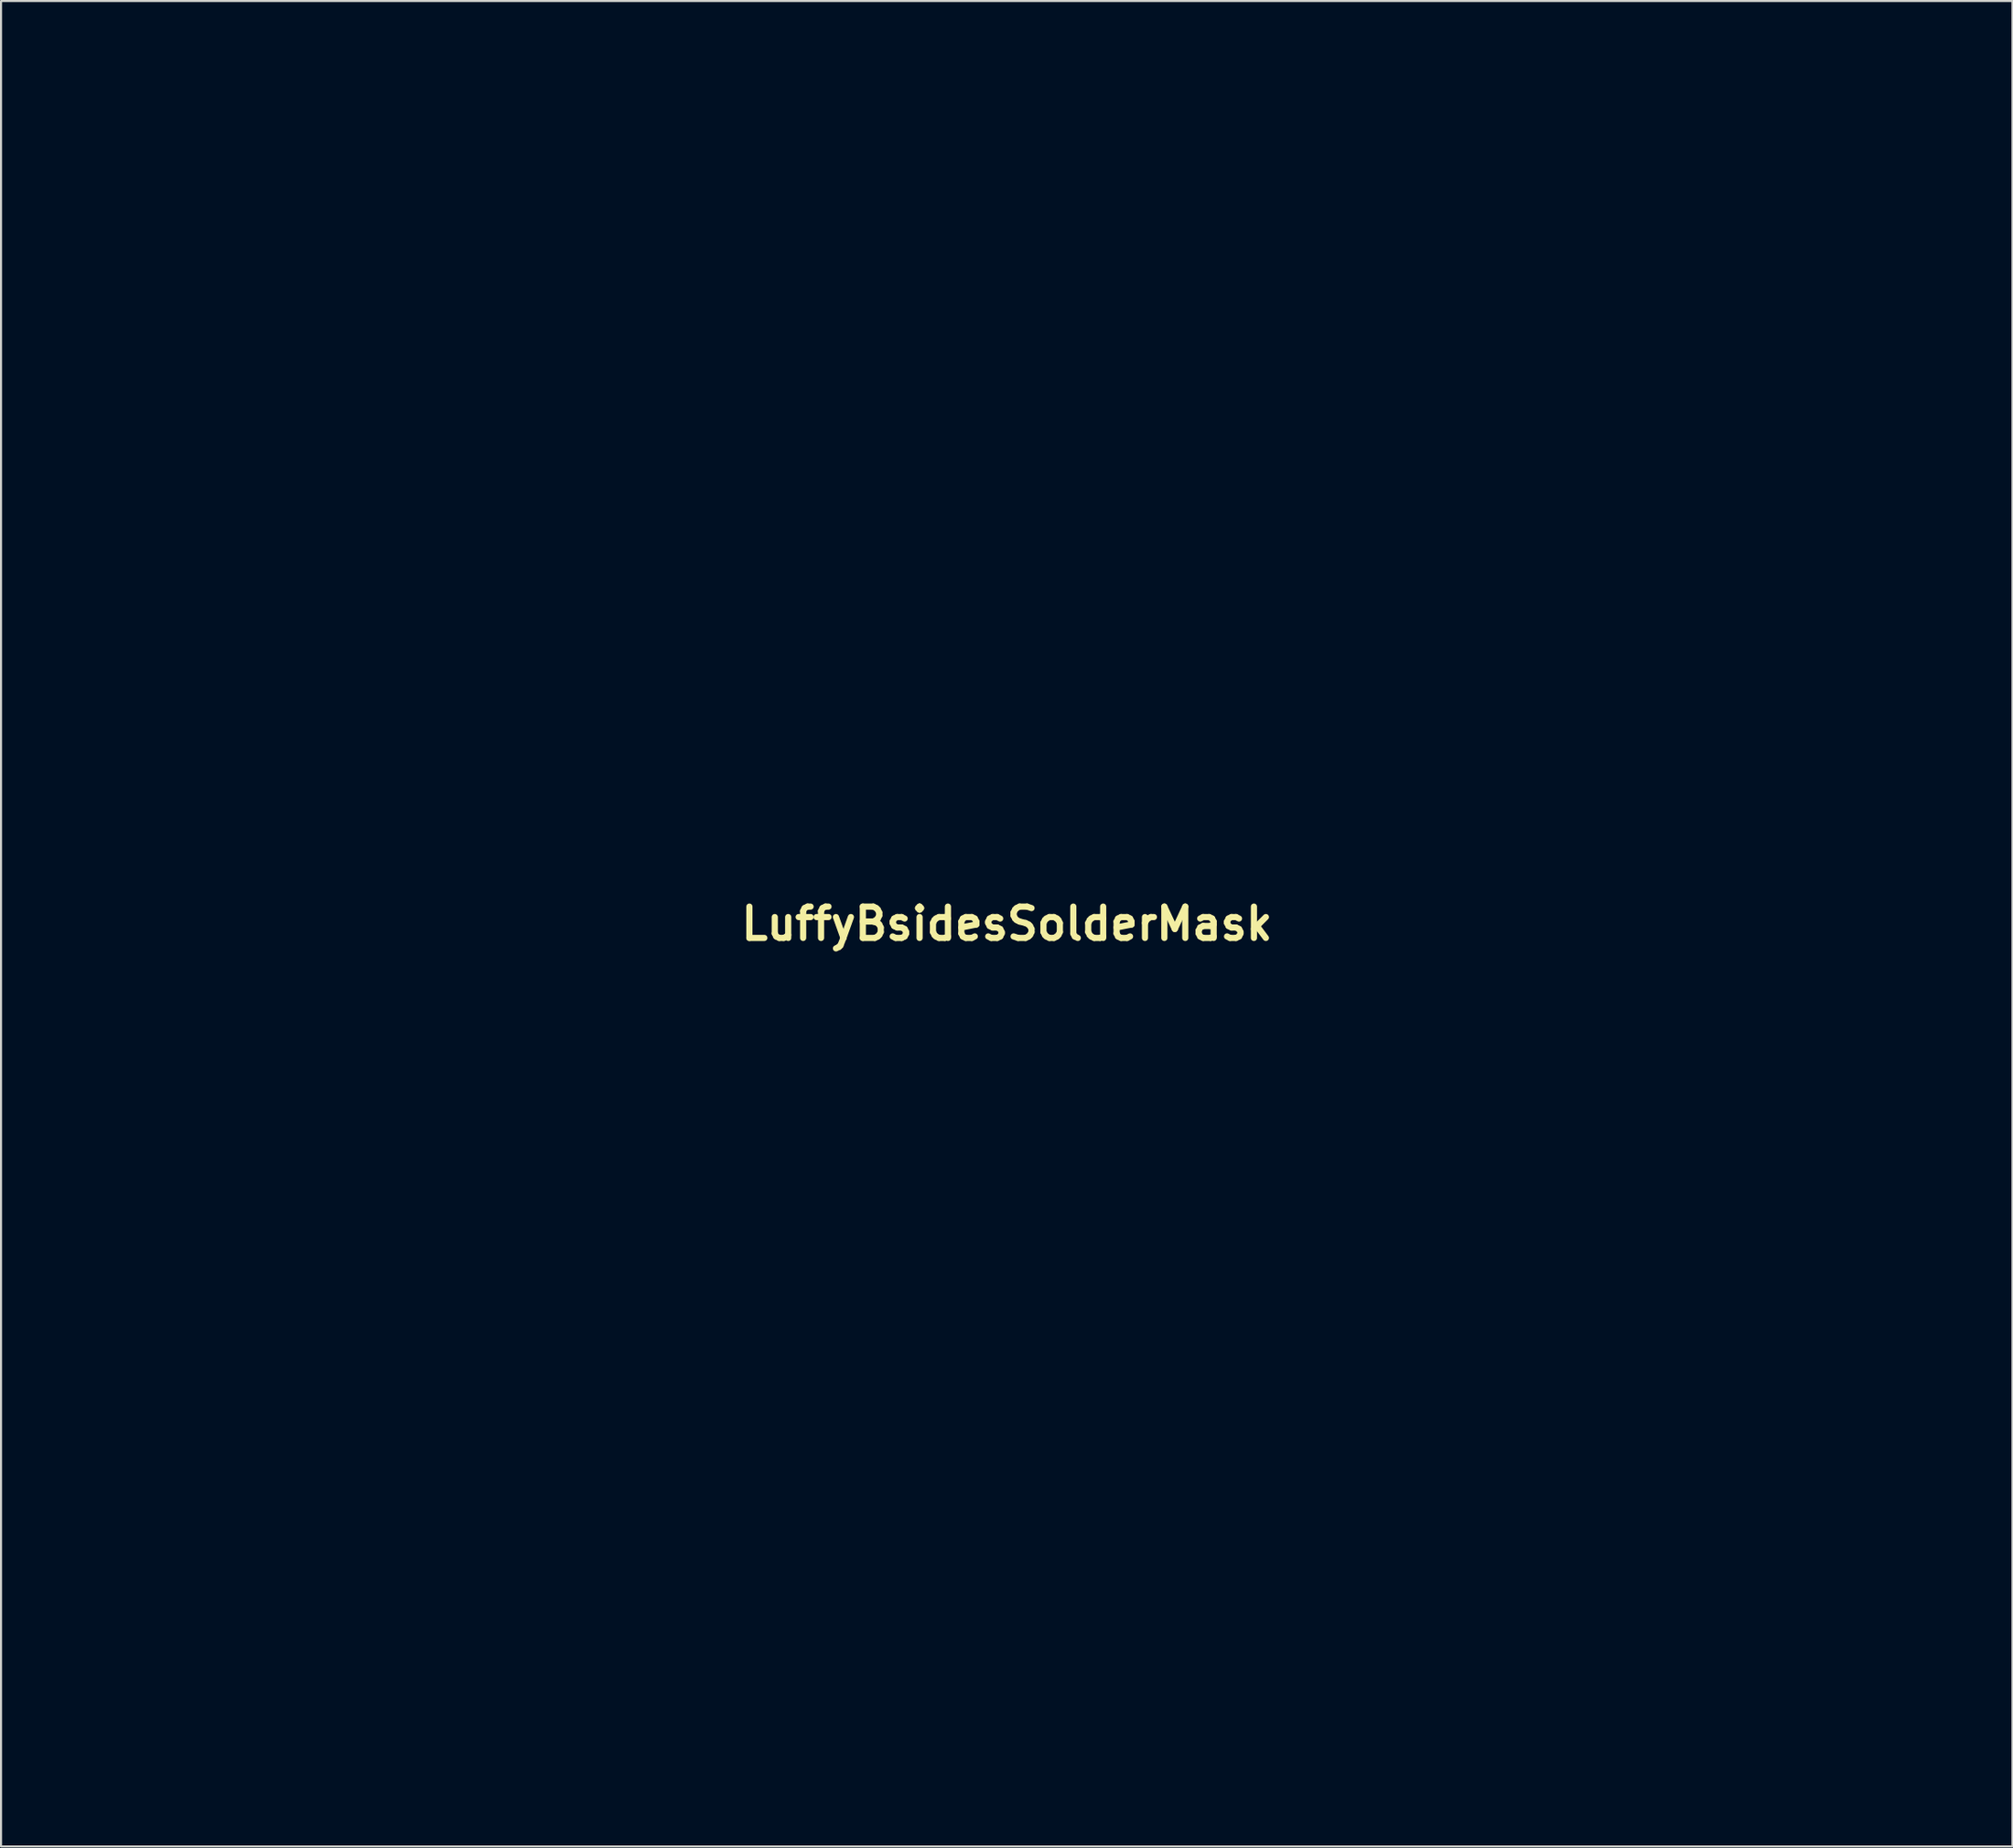
<source format=kicad_pcb>
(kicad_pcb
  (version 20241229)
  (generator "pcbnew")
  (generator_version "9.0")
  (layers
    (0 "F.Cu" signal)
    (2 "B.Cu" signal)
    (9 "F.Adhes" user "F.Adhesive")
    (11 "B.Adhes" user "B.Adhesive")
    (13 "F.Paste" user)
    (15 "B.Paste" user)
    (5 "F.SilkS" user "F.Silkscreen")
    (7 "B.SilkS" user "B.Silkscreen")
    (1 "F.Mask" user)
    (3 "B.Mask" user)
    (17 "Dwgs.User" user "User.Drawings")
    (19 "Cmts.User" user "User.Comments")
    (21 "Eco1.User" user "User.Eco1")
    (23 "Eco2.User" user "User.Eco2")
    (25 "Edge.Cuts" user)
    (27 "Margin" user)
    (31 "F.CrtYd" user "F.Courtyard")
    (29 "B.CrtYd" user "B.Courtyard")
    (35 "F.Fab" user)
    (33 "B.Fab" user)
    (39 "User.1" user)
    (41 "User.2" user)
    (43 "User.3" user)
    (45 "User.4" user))
  (footprint "LuffyBsidesSolderMask"
    (layer "F.Cu")
    (at 45.902 41.872)
    (property "Reference" "LuffyBsidesSolderMask" (at 0 0 0) (layer "F.SilkS") (effects (font (size 1.524 1.524) (thickness 0.3))))
    (attr through_hole)
    (fp_poly (pts (xy -33.137 32.933) (xy -33.493 32.933) (xy -33.493 30.439) (xy -33.137 30.439) (xy -33.137 32.933)) (stroke (width 0.01) (type solid)) (fill yes) (layer "F.Mask"))
    (fp_poly (pts (xy -32.95 39.458) (xy -32.872 39.529) (xy -32.851 39.584) (xy -32.848 39.717) (xy -32.896 39.83) (xy -32.975 39.899) (xy -33.064 39.901) (xy -33.101 39.875) (xy -33.131 39.791) (xy -33.133 39.659) (xy -33.107 39.531) (xy -33.106 39.529) (xy -33.039 39.456) (xy -32.95 39.458)) (stroke (width 0.01) (type solid)) (fill yes) (layer "F.Mask"))
    (fp_poly (pts (xy -33.23 29.564) (xy -33.15 29.689) (xy -33.128 29.879) (xy -33.14 30.05) (xy -33.18 30.143) (xy -33.263 30.18) (xy -33.341 30.185) (xy -33.445 30.17) (xy -33.497 30.107) (xy -33.521 30.011) (xy -33.538 29.8) (xy -33.507 29.637) (xy -33.433 29.541) (xy -33.368 29.523) (xy -33.23 29.564)) (stroke (width 0.01) (type solid)) (fill yes) (layer "F.Mask"))
    (fp_poly (pts (xy -39.081 33.96) (xy -39.006 33.994) (xy -38.972 34.066) (xy -38.949 34.211) (xy -38.942 34.383) (xy -38.952 34.541) (xy -38.977 34.643) (xy -38.979 34.647) (xy -39.065 34.706) (xy -39.202 34.739) (xy -39.343 34.736) (xy -39.36 34.732) (xy -39.407 34.703) (xy -39.434 34.635) (xy -39.446 34.505) (xy -39.449 34.33) (xy -39.449 33.952) (xy -39.226 33.952) (xy -39.081 33.96)) (stroke (width 0.01) (type solid)) (fill yes) (layer "F.Mask"))
    (fp_poly (pts (xy -32.921 40.082) (xy -32.89 40.113) (xy -32.87 40.182) (xy -32.857 40.303) (xy -32.848 40.494) (xy -32.842 40.747) (xy -32.837 41.128) (xy -32.842 41.416) (xy -32.859 41.622) (xy -32.889 41.756) (xy -32.934 41.825) (xy -32.981 41.841) (xy -33.063 41.797) (xy -33.105 41.682) (xy -33.121 41.545) (xy -33.131 41.335) (xy -33.135 41.083) (xy -33.134 40.816) (xy -33.128 40.564) (xy -33.116 40.357) (xy -33.104 40.248) (xy -33.073 40.121) (xy -33.025 40.071) (xy -32.965 40.07) (xy -32.921 40.082)) (stroke (width 0.01) (type solid)) (fill yes) (layer "F.Mask"))
    (fp_poly (pts (xy -38.973 35.461) (xy -38.962 35.643) (xy -38.954 35.892) (xy -38.949 36.188) (xy -38.946 36.515) (xy -38.946 36.856) (xy -38.948 37.192) (xy -38.952 37.505) (xy -38.959 37.779) (xy -38.968 37.996) (xy -38.979 38.138) (xy -38.985 38.176) (xy -39.035 38.269) (xy -39.137 38.311) (xy -39.198 38.319) (xy -39.327 38.319) (xy -39.408 38.301) (xy -39.413 38.298) (xy -39.421 38.239) (xy -39.43 38.092) (xy -39.437 37.868) (xy -39.442 37.58) (xy -39.446 37.24) (xy -39.449 36.861) (xy -39.449 36.666) (xy -39.449 35.071) (xy -39.006 35.071) (xy -38.973 35.461)) (stroke (width 0.01) (type solid)) (fill yes) (layer "F.Mask"))
    (fp_poly (pts (xy 15.436 -1.176) (xy 15.223 -0.931) (xy 14.998 -0.696) (xy 14.719 -0.436) (xy 14.42 -0.181) (xy 14.134 0.039) (xy 14.049 0.099) (xy 13.855 0.225) (xy 13.643 0.354) (xy 13.434 0.474) (xy 13.249 0.573) (xy 13.11 0.639) (xy 13.039 0.662) (xy 12.999 0.617) (xy 12.98 0.505) (xy 12.98 0.487) (xy 12.998 0.354) (xy 13.062 0.288) (xy 13.085 0.279) (xy 13.231 0.211) (xy 13.434 0.086) (xy 13.677 -0.083) (xy 13.943 -0.283) (xy 14.214 -0.501) (xy 14.473 -0.725) (xy 14.662 -0.9) (xy 15.204 -1.423) (xy 15.436 -1.176)) (stroke (width 0.01) (type solid)) (fill yes) (layer "F.Mask"))
    (fp_poly (pts (xy -14.99 4.807) (xy -14.471 5.17) (xy -14.01 5.568) (xy -13.588 6.022) (xy -13.185 6.552) (xy -13.057 6.741) (xy -12.864 7.034) (xy -12.723 7.258) (xy -12.627 7.428) (xy -12.57 7.56) (xy -12.546 7.67) (xy -12.549 7.771) (xy -12.573 7.88) (xy -12.584 7.919) (xy -12.656 8.17) (xy -12.843 7.768) (xy -13.156 7.189) (xy -13.54 6.63) (xy -13.975 6.117) (xy -14.44 5.675) (xy -14.531 5.6) (xy -14.705 5.447) (xy -14.861 5.283) (xy -14.969 5.14) (xy -14.977 5.127) (xy -15.074 4.96) (xy -15.17 4.804) (xy -15.196 4.763) (xy -15.294 4.614) (xy -14.99 4.807)) (stroke (width 0.01) (type solid)) (fill yes) (layer "F.Mask"))
    (fp_poly (pts (xy 10.96 -11.775) (xy 11.729 -11.672) (xy 12.462 -11.48) (xy 13.165 -11.194) (xy 13.843 -10.814) (xy 14.504 -10.336) (xy 14.762 -10.119) (xy 14.882 -10.008) (xy 15.021 -9.87) (xy 15.165 -9.722) (xy 15.296 -9.581) (xy 15.399 -9.464) (xy 15.459 -9.388) (xy 15.464 -9.367) (xy 15.416 -9.391) (xy 15.298 -9.454) (xy 15.129 -9.546) (xy 14.965 -9.637) (xy 14.726 -9.777) (xy 14.484 -9.931) (xy 14.276 -10.075) (xy 14.191 -10.14) (xy 13.76 -10.449) (xy 13.263 -10.734) (xy 12.729 -10.983) (xy 12.185 -11.183) (xy 11.658 -11.322) (xy 11.351 -11.373) (xy 11.108 -11.405) (xy 10.944 -11.436) (xy 10.838 -11.475) (xy 10.767 -11.53) (xy 10.709 -11.61) (xy 10.696 -11.631) (xy 10.595 -11.803) (xy 10.96 -11.775)) (stroke (width 0.01) (type solid)) (fill yes) (layer "F.Mask"))
    (fp_poly (pts (xy 12.029 -3.854) (xy 12.177 -3.808) (xy 12.388 -3.712) (xy 12.644 -3.577) (xy 12.925 -3.415) (xy 13.214 -3.238) (xy 13.492 -3.057) (xy 13.74 -2.882) (xy 13.941 -2.727) (xy 14.075 -2.601) (xy 14.088 -2.586) (xy 14.108 -2.539) (xy 14.09 -2.475) (xy 14.023 -2.379) (xy 13.899 -2.235) (xy 13.817 -2.146) (xy 13.67 -1.997) (xy 13.493 -1.832) (xy 13.304 -1.665) (xy 13.119 -1.511) (xy 12.956 -1.384) (xy 12.834 -1.3) (xy 12.773 -1.273) (xy 12.739 -1.315) (xy 12.673 -1.428) (xy 12.587 -1.591) (xy 12.551 -1.664) (xy 12.452 -1.884) (xy 12.341 -2.162) (xy 12.226 -2.474) (xy 12.114 -2.797) (xy 12.015 -3.107) (xy 11.937 -3.38) (xy 11.886 -3.593) (xy 11.876 -3.653) (xy 11.844 -3.884) (xy 12.029 -3.854)) (stroke (width 0.01) (type solid)) (fill yes) (layer "F.Mask"))
    (fp_poly (pts (xy -33.856 30.4) (xy -33.807 30.502) (xy -33.809 30.585) (xy -33.863 30.702) (xy -34.003 30.807) (xy -34.024 30.818) (xy -34.17 30.903) (xy -34.277 30.991) (xy -34.351 31.101) (xy -34.399 31.249) (xy -34.428 31.453) (xy -34.443 31.73) (xy -34.449 31.957) (xy -34.457 32.294) (xy -34.466 32.543) (xy -34.479 32.718) (xy -34.499 32.83) (xy -34.53 32.895) (xy -34.574 32.925) (xy -34.634 32.933) (xy -34.663 32.933) (xy -34.807 32.897) (xy -34.866 32.835) (xy -34.881 32.758) (xy -34.894 32.597) (xy -34.904 32.373) (xy -34.912 32.103) (xy -34.917 31.808) (xy -34.919 31.505) (xy -34.918 31.213) (xy -34.914 30.952) (xy -34.906 30.741) (xy -34.895 30.598) (xy -34.887 30.557) (xy -34.819 30.443) (xy -34.694 30.41) (xy -34.536 30.446) (xy -34.407 30.478) (xy -34.28 30.464) (xy -34.156 30.42) (xy -33.973 30.372) (xy -33.856 30.4)) (stroke (width 0.01) (type solid)) (fill yes) (layer "F.Mask"))
    (fp_poly (pts (xy -31.393 40.053) (xy -31.119 40.175) (xy -30.943 40.313) (xy -30.822 40.456) (xy -30.786 40.56) (xy -30.824 40.618) (xy -30.925 40.623) (xy -31.077 40.567) (xy -31.212 40.486) (xy -31.442 40.375) (xy -31.676 40.348) (xy -31.889 40.407) (xy -31.951 40.446) (xy -32.129 40.629) (xy -32.219 40.839) (xy -32.222 41.055) (xy -32.142 41.259) (xy -31.98 41.431) (xy -31.821 41.52) (xy -31.596 41.566) (xy -31.357 41.514) (xy -31.153 41.402) (xy -30.983 41.308) (xy -30.863 41.286) (xy -30.802 41.338) (xy -30.796 41.383) (xy -30.843 41.529) (xy -30.971 41.658) (xy -31.159 41.762) (xy -31.386 41.832) (xy -31.632 41.858) (xy -31.822 41.841) (xy -32.089 41.747) (xy -32.302 41.58) (xy -32.455 41.36) (xy -32.539 41.106) (xy -32.545 40.837) (xy -32.466 40.573) (xy -32.41 40.474) (xy -32.199 40.236) (xy -31.948 40.085) (xy -31.675 40.024) (xy -31.393 40.053)) (stroke (width 0.01) (type solid)) (fill yes) (layer "F.Mask"))
    (fp_poly (pts (xy -36.863 40.057) (xy -36.59 40.178) (xy -36.383 40.366) (xy -36.248 40.605) (xy -36.192 40.881) (xy -36.223 41.177) (xy -36.29 41.367) (xy -36.443 41.587) (xy -36.662 41.751) (xy -36.923 41.846) (xy -37.202 41.864) (xy -37.362 41.834) (xy -37.561 41.736) (xy -37.755 41.575) (xy -37.908 41.383) (xy -37.953 41.296) (xy -38.022 41.021) (xy -38.018 40.963) (xy -37.7 40.963) (xy -37.654 41.193) (xy -37.561 41.352) (xy -37.401 41.483) (xy -37.196 41.55) (xy -36.98 41.551) (xy -36.787 41.481) (xy -36.733 41.441) (xy -36.579 41.247) (xy -36.511 41.028) (xy -36.524 40.808) (xy -36.616 40.606) (xy -36.782 40.445) (xy -36.935 40.37) (xy -37.078 40.328) (xy -37.186 40.332) (xy -37.317 40.384) (xy -37.341 40.395) (xy -37.539 40.542) (xy -37.66 40.739) (xy -37.7 40.963) (xy -38.018 40.963) (xy -38.002 40.754) (xy -37.905 40.508) (xy -37.745 40.299) (xy -37.534 40.14) (xy -37.284 40.045) (xy -37.008 40.03) (xy -36.863 40.057)) (stroke (width 0.01) (type solid)) (fill yes) (layer "F.Mask"))
    (fp_poly (pts (xy 0.645 18.402) (xy 0.673 18.419) (xy 0.801 18.518) (xy 0.932 18.648) (xy 1.043 18.784) (xy 1.11 18.896) (xy 1.12 18.936) (xy 1.096 19.012) (xy 1.031 19.163) (xy 0.93 19.374) (xy 0.802 19.632) (xy 0.654 19.922) (xy 0.493 20.23) (xy 0.327 20.542) (xy 0.163 20.844) (xy 0.008 21.121) (xy -0.131 21.36) (xy -0.161 21.41) (xy -0.302 21.639) (xy -0.463 21.892) (xy -0.634 22.154) (xy -0.806 22.413) (xy -0.969 22.654) (xy -1.114 22.863) (xy -1.232 23.026) (xy -1.312 23.13) (xy -1.344 23.16) (xy -1.339 23.114) (xy -1.315 22.988) (xy -1.273 22.801) (xy -1.22 22.572) (xy -1.218 22.562) (xy -1.074 21.989) (xy -0.915 21.415) (xy -0.752 20.873) (xy -0.592 20.389) (xy -0.533 20.225) (xy -0.404 19.895) (xy -0.264 19.563) (xy -0.118 19.245) (xy 0.024 18.956) (xy 0.156 18.711) (xy 0.269 18.525) (xy 0.356 18.416) (xy 0.375 18.401) (xy 0.468 18.349) (xy 0.542 18.348) (xy 0.645 18.402)) (stroke (width 0.01) (type solid)) (fill yes) (layer "F.Mask"))
    (fp_poly (pts (xy -45.226 39.475) (xy -44.938 39.483) (xy -44.707 39.506) (xy -44.556 39.543) (xy -44.552 39.544) (xy -44.367 39.671) (xy -44.246 39.855) (xy -44.189 40.072) (xy -44.197 40.301) (xy -44.27 40.519) (xy -44.408 40.703) (xy -44.55 40.804) (xy -44.687 40.851) (xy -44.883 40.891) (xy -45.086 40.915) (xy -45.455 40.938) (xy -45.456 41.275) (xy -45.463 41.536) (xy -45.487 41.708) (xy -45.53 41.805) (xy -45.596 41.841) (xy -45.611 41.841) (xy -45.677 41.814) (xy -45.718 41.718) (xy -45.735 41.625) (xy -45.744 41.505) (xy -45.75 41.304) (xy -45.754 41.043) (xy -45.754 40.742) (xy -45.751 40.441) (xy -45.74 39.754) (xy -45.455 39.754) (xy -45.455 40.631) (xy -45.093 40.611) (xy -44.895 40.595) (xy -44.768 40.569) (xy -44.681 40.522) (xy -44.609 40.449) (xy -44.527 40.316) (xy -44.49 40.181) (xy -44.49 40.171) (xy -44.533 39.985) (xy -44.658 39.855) (xy -44.868 39.778) (xy -45.147 39.754) (xy -45.455 39.754) (xy -45.74 39.754) (xy -45.735 39.474) (xy -45.226 39.475)) (stroke (width 0.01) (type solid)) (fill yes) (layer "F.Mask"))
    (fp_poly (pts (xy -43.73 40.091) (xy -43.669 40.192) (xy -43.634 40.372) (xy -43.623 40.641) (xy -43.623 40.654) (xy -43.614 40.963) (xy -43.582 41.189) (xy -43.521 41.347) (xy -43.422 41.455) (xy -43.277 41.529) (xy -43.213 41.551) (xy -43.087 41.547) (xy -42.938 41.488) (xy -42.807 41.393) (xy -42.753 41.324) (xy -42.725 41.226) (xy -42.697 41.053) (xy -42.673 40.831) (xy -42.66 40.646) (xy -42.646 40.4) (xy -42.631 40.239) (xy -42.611 40.144) (xy -42.583 40.099) (xy -42.543 40.086) (xy -42.528 40.085) (xy -42.491 40.09) (xy -42.465 40.113) (xy -42.446 40.169) (xy -42.435 40.271) (xy -42.429 40.436) (xy -42.427 40.675) (xy -42.427 40.951) (xy -42.427 41.816) (xy -42.656 41.821) (xy -42.846 41.832) (xy -43.028 41.853) (xy -43.063 41.859) (xy -43.278 41.86) (xy -43.445 41.818) (xy -43.661 41.695) (xy -43.819 41.503) (xy -43.922 41.236) (xy -43.973 40.888) (xy -43.979 40.674) (xy -43.97 40.39) (xy -43.941 40.197) (xy -43.89 40.09) (xy -43.822 40.06) (xy -43.73 40.091)) (stroke (width 0.01) (type solid)) (fill yes) (layer "F.Mask"))
    (fp_poly (pts (xy -29.318 40.074) (xy -29.057 40.229) (xy -28.94 40.335) (xy -28.762 40.575) (xy -28.68 40.837) (xy -28.694 41.108) (xy -28.804 41.38) (xy -28.988 41.62) (xy -29.104 41.736) (xy -29.195 41.802) (xy -29.297 41.833) (xy -29.447 41.841) (xy -29.552 41.841) (xy -29.799 41.829) (xy -29.974 41.788) (xy -30.058 41.747) (xy -30.278 41.561) (xy -30.441 41.325) (xy -30.529 41.066) (xy -30.54 40.939) (xy -30.536 40.921) (xy -30.173 40.921) (xy -30.162 41.138) (xy -30.135 41.227) (xy -30.011 41.406) (xy -29.829 41.519) (xy -29.612 41.561) (xy -29.386 41.525) (xy -29.239 41.452) (xy -29.11 41.312) (xy -29.033 41.116) (xy -29.01 40.896) (xy -29.048 40.687) (xy -29.129 40.543) (xy -29.303 40.413) (xy -29.517 40.357) (xy -29.741 40.375) (xy -29.944 40.466) (xy -30.026 40.537) (xy -30.125 40.706) (xy -30.173 40.921) (xy -30.536 40.921) (xy -30.495 40.711) (xy -30.377 40.479) (xy -30.206 40.277) (xy -30.132 40.217) (xy -29.857 40.068) (xy -29.585 40.02) (xy -29.318 40.074)) (stroke (width 0.01) (type solid)) (fill yes) (layer "F.Mask"))
    (fp_poly (pts (xy -34.448 39.459) (xy -34.122 39.484) (xy -33.879 39.53) (xy -33.701 39.603) (xy -33.571 39.71) (xy -33.496 39.814) (xy -33.382 40.075) (xy -33.369 40.323) (xy -33.456 40.56) (xy -33.644 40.788) (xy -33.711 40.848) (xy -33.941 41.039) (xy -33.687 41.387) (xy -33.55 41.588) (xy -33.483 41.724) (xy -33.483 41.805) (xy -33.549 41.839) (xy -33.588 41.841) (xy -33.67 41.803) (xy -33.791 41.701) (xy -33.934 41.554) (xy -34.085 41.38) (xy -34.227 41.2) (xy -34.344 41.032) (xy -34.423 40.895) (xy -34.445 40.808) (xy -34.444 40.802) (xy -34.382 40.754) (xy -34.255 40.712) (xy -34.189 40.7) (xy -33.964 40.629) (xy -33.802 40.502) (xy -33.712 40.339) (xy -33.702 40.156) (xy -33.781 39.972) (xy -33.815 39.929) (xy -33.893 39.853) (xy -33.99 39.806) (xy -34.136 39.776) (xy -34.298 39.758) (xy -34.664 39.725) (xy -34.669 40.49) (xy -34.675 40.922) (xy -34.687 41.259) (xy -34.707 41.51) (xy -34.734 41.684) (xy -34.77 41.788) (xy -34.816 41.829) (xy -34.819 41.83) (xy -34.91 41.823) (xy -34.934 41.809) (xy -34.944 41.75) (xy -34.953 41.604) (xy -34.961 41.386) (xy -34.966 41.11) (xy -34.969 40.792) (xy -34.97 40.604) (xy -34.97 39.436) (xy -34.448 39.459)) (stroke (width 0.01) (type solid)) (fill yes) (layer "F.Mask"))
    (fp_poly (pts (xy -38.602 39.496) (xy -38.549 39.632) (xy -38.533 39.808) (xy -38.495 39.961) (xy -38.393 40.047) (xy -38.317 40.06) (xy -38.224 40.097) (xy -38.195 40.137) (xy -38.2 40.243) (xy -38.28 40.328) (xy -38.406 40.365) (xy -38.412 40.365) (xy -38.467 40.369) (xy -38.502 40.393) (xy -38.522 40.456) (xy -38.53 40.577) (xy -38.533 40.774) (xy -38.533 40.867) (xy -38.538 41.233) (xy -38.554 41.506) (xy -38.582 41.693) (xy -38.624 41.802) (xy -38.68 41.841) (xy -38.687 41.841) (xy -38.744 41.831) (xy -38.785 41.79) (xy -38.812 41.706) (xy -38.828 41.562) (xy -38.836 41.346) (xy -38.838 41.044) (xy -38.838 41.023) (xy -38.838 40.365) (xy -39.12 40.365) (xy -39.297 40.373) (xy -39.412 40.405) (xy -39.503 40.474) (xy -39.528 40.5) (xy -39.606 40.609) (xy -39.646 40.742) (xy -39.658 40.92) (xy -39.672 41.268) (xy -39.7 41.539) (xy -39.738 41.725) (xy -39.788 41.82) (xy -39.808 41.83) (xy -39.898 41.823) (xy -39.922 41.809) (xy -39.934 41.749) (xy -39.944 41.604) (xy -39.952 41.393) (xy -39.957 41.132) (xy -39.958 40.918) (xy -39.958 40.063) (xy -39.411 40.049) (xy -38.864 40.034) (xy -38.85 39.856) (xy -38.826 39.644) (xy -38.79 39.516) (xy -38.736 39.458) (xy -38.69 39.449) (xy -38.602 39.496)) (stroke (width 0.01) (type solid)) (fill yes) (layer "F.Mask"))
    (fp_poly (pts (xy -38.994 30.388) (xy -38.669 30.496) (xy -38.655 30.503) (xy -38.449 30.63) (xy -38.282 30.774) (xy -38.161 30.919) (xy -38.095 31.053) (xy -38.093 31.161) (xy -38.162 31.23) (xy -38.217 31.245) (xy -38.344 31.218) (xy -38.525 31.112) (xy -38.608 31.051) (xy -38.85 30.884) (xy -39.061 30.793) (xy -39.266 30.771) (xy -39.493 30.81) (xy -39.521 30.818) (xy -39.791 30.94) (xy -39.993 31.12) (xy -40.128 31.34) (xy -40.193 31.583) (xy -40.189 31.833) (xy -40.113 32.072) (xy -39.965 32.284) (xy -39.743 32.451) (xy -39.626 32.504) (xy -39.329 32.57) (xy -39.036 32.537) (xy -38.74 32.404) (xy -38.669 32.358) (xy -38.518 32.261) (xy -38.392 32.192) (xy -38.329 32.168) (xy -38.165 32.166) (xy -38.084 32.216) (xy -38.075 32.261) (xy -38.113 32.353) (xy -38.214 32.48) (xy -38.354 32.622) (xy -38.512 32.757) (xy -38.666 32.864) (xy -38.747 32.906) (xy -38.945 32.957) (xy -39.197 32.979) (xy -39.461 32.973) (xy -39.695 32.939) (xy -39.805 32.904) (xy -39.991 32.791) (xy -40.193 32.62) (xy -40.378 32.42) (xy -40.515 32.223) (xy -40.525 32.205) (xy -40.611 31.935) (xy -40.624 31.629) (xy -40.567 31.315) (xy -40.447 31.02) (xy -40.273 30.778) (xy -40.004 30.565) (xy -39.686 30.426) (xy -39.341 30.366) (xy -38.994 30.388)) (stroke (width 0.01) (type solid)) (fill yes) (layer "F.Mask"))
    (fp_poly (pts (xy -35.474 30.431) (xy -35.429 30.487) (xy -35.415 30.564) (xy -35.402 30.724) (xy -35.392 30.949) (xy -35.384 31.22) (xy -35.379 31.518) (xy -35.376 31.826) (xy -35.376 32.125) (xy -35.379 32.396) (xy -35.386 32.62) (xy -35.396 32.78) (xy -35.408 32.853) (xy -35.48 32.916) (xy -35.604 32.93) (xy -35.742 32.894) (xy -35.778 32.874) (xy -35.865 32.845) (xy -35.981 32.863) (xy -36.084 32.9) (xy -36.269 32.95) (xy -36.492 32.977) (xy -36.714 32.979) (xy -36.899 32.954) (xy -36.98 32.925) (xy -37.117 32.828) (xy -37.277 32.683) (xy -37.426 32.525) (xy -37.531 32.386) (xy -37.544 32.363) (xy -37.573 32.28) (xy -37.593 32.147) (xy -37.607 31.951) (xy -37.614 31.679) (xy -37.616 31.333) (xy -37.616 30.439) (xy -37.209 30.439) (xy -37.208 31.037) (xy -37.201 31.471) (xy -37.179 31.812) (xy -37.14 32.072) (xy -37.084 32.259) (xy -37.009 32.383) (xy -36.982 32.409) (xy -36.78 32.524) (xy -36.544 32.563) (xy -36.305 32.531) (xy -36.094 32.43) (xy -35.968 32.308) (xy -35.928 32.244) (xy -35.898 32.165) (xy -35.876 32.055) (xy -35.86 31.896) (xy -35.848 31.67) (xy -35.836 31.362) (xy -35.835 31.325) (xy -35.822 30.998) (xy -35.808 30.76) (xy -35.791 30.597) (xy -35.769 30.497) (xy -35.741 30.445) (xy -35.732 30.437) (xy -35.591 30.391) (xy -35.474 30.431)) (stroke (width 0.01) (type solid)) (fill yes) (layer "F.Mask"))
    (fp_poly (pts (xy -9.396 -4.31) (xy -9.458 -4.164) (xy -9.566 -3.951) (xy -9.709 -3.687) (xy -9.878 -3.392) (xy -10.062 -3.083) (xy -10.23 -2.813) (xy -10.291 -2.712) (xy -10.338 -2.618) (xy -10.374 -2.512) (xy -10.403 -2.376) (xy -10.431 -2.193) (xy -10.46 -1.943) (xy -10.492 -1.642) (xy -10.529 -1.3) (xy -10.57 -0.946) (xy -10.611 -0.612) (xy -10.649 -0.33) (xy -10.667 -0.204) (xy -10.702 0.012) (xy -10.746 0.271) (xy -10.797 0.556) (xy -10.851 0.851) (xy -10.905 1.137) (xy -10.956 1.398) (xy -10.999 1.615) (xy -11.033 1.772) (xy -11.053 1.852) (xy -11.056 1.857) (xy -11.1 1.834) (xy -11.201 1.761) (xy -11.339 1.654) (xy -11.351 1.644) (xy -11.707 1.377) (xy -12.13 1.089) (xy -12.594 0.798) (xy -13.072 0.522) (xy -13.232 0.434) (xy -13.474 0.302) (xy -13.695 0.179) (xy -13.873 0.077) (xy -13.988 0.006) (xy -14.005 -0.005) (xy -14.143 -0.104) (xy -14.038 -0.421) (xy -13.884 -0.781) (xy -13.652 -1.177) (xy -13.355 -1.598) (xy -13.003 -2.029) (xy -12.61 -2.457) (xy -12.185 -2.87) (xy -11.742 -3.254) (xy -11.29 -3.596) (xy -11.153 -3.689) (xy -10.895 -3.852) (xy -10.613 -4.015) (xy -10.325 -4.171) (xy -10.048 -4.308) (xy -9.802 -4.42) (xy -9.603 -4.497) (xy -9.47 -4.529) (xy -9.458 -4.53) (xy -9.321 -4.53) (xy -9.396 -4.31)) (stroke (width 0.01) (type solid)) (fill yes) (layer "F.Mask"))
    (fp_poly (pts (xy -40.989 40.045) (xy -40.726 40.146) (xy -40.679 40.175) (xy -40.493 40.341) (xy -40.354 40.547) (xy -40.279 40.764) (xy -40.273 40.891) (xy -40.289 41.052) (xy -40.985 41.078) (xy -41.241 41.09) (xy -41.46 41.104) (xy -41.623 41.12) (xy -41.708 41.135) (xy -41.715 41.138) (xy -41.712 41.198) (xy -41.659 41.302) (xy -41.641 41.328) (xy -41.478 41.476) (xy -41.271 41.546) (xy -41.041 41.536) (xy -40.809 41.448) (xy -40.677 41.356) (xy -40.524 41.257) (xy -40.416 41.242) (xy -40.365 41.299) (xy -40.385 41.414) (xy -40.475 41.561) (xy -40.659 41.72) (xy -40.91 41.813) (xy -41.221 41.841) (xy -41.439 41.827) (xy -41.601 41.778) (xy -41.69 41.727) (xy -41.864 41.558) (xy -42.002 41.33) (xy -42.083 41.084) (xy -42.096 40.959) (xy -42.059 40.721) (xy -41.714 40.721) (xy -41.652 40.743) (xy -41.51 40.76) (xy -41.307 40.77) (xy -41.151 40.772) (xy -40.906 40.77) (xy -40.746 40.76) (xy -40.657 40.742) (xy -40.622 40.713) (xy -40.62 40.7) (xy -40.665 40.588) (xy -40.783 40.48) (xy -40.943 40.392) (xy -41.117 40.34) (xy -41.276 40.338) (xy -41.278 40.339) (xy -41.393 40.387) (xy -41.52 40.472) (xy -41.632 40.571) (xy -41.704 40.663) (xy -41.714 40.721) (xy -42.059 40.721) (xy -42.051 40.671) (xy -41.928 40.426) (xy -41.744 40.231) (xy -41.515 40.097) (xy -41.258 40.032) (xy -40.989 40.045)) (stroke (width 0.01) (type solid)) (fill yes) (layer "F.Mask"))
    (fp_poly (pts (xy -44.518 29.561) (xy -44.265 29.667) (xy -44.075 29.832) (xy -43.959 30.044) (xy -43.928 30.243) (xy -43.956 30.399) (xy -44.029 30.473) (xy -44.133 30.464) (xy -44.252 30.372) (xy -44.339 30.256) (xy -44.492 30.062) (xy -44.664 29.958) (xy -44.849 29.93) (xy -45.063 29.975) (xy -45.228 30.098) (xy -45.325 30.283) (xy -45.333 30.318) (xy -45.347 30.486) (xy -45.311 30.622) (xy -45.215 30.736) (xy -45.047 30.84) (xy -44.797 30.944) (xy -44.61 31.008) (xy -44.283 31.157) (xy -44.034 31.36) (xy -43.869 31.607) (xy -43.792 31.893) (xy -43.799 32.149) (xy -43.888 32.423) (xy -44.054 32.653) (xy -44.279 32.829) (xy -44.546 32.944) (xy -44.837 32.988) (xy -45.134 32.954) (xy -45.338 32.879) (xy -45.516 32.76) (xy -45.673 32.6) (xy -45.798 32.421) (xy -45.876 32.242) (xy -45.897 32.087) (xy -45.86 31.988) (xy -45.746 31.916) (xy -45.617 31.931) (xy -45.501 32.025) (xy -45.466 32.08) (xy -45.305 32.322) (xy -45.125 32.489) (xy -44.938 32.571) (xy -44.873 32.577) (xy -44.627 32.538) (xy -44.428 32.428) (xy -44.291 32.264) (xy -44.234 32.059) (xy -44.234 32.034) (xy -44.265 31.814) (xy -44.365 31.637) (xy -44.544 31.495) (xy -44.81 31.377) (xy -44.946 31.334) (xy -45.269 31.215) (xy -45.504 31.066) (xy -45.659 30.885) (xy -45.779 30.604) (xy -45.803 30.322) (xy -45.731 30.054) (xy -45.594 29.845) (xy -45.393 29.665) (xy -45.162 29.562) (xy -44.875 29.524) (xy -44.819 29.523) (xy -44.518 29.561)) (stroke (width 0.01) (type solid)) (fill yes) (layer "F.Mask"))
    (fp_poly (pts (xy -29.446 35.034) (xy -29.232 35.093) (xy -29.06 35.218) (xy -28.909 35.415) (xy -28.795 35.63) (xy -28.764 35.787) (xy -28.816 35.888) (xy -28.951 35.933) (xy -29.02 35.937) (xy -29.107 35.902) (xy -29.23 35.811) (xy -29.342 35.708) (xy -29.537 35.547) (xy -29.712 35.482) (xy -29.863 35.513) (xy -29.986 35.64) (xy -30.031 35.73) (xy -30.075 35.867) (xy -30.074 35.98) (xy -30.017 36.082) (xy -29.894 36.186) (xy -29.695 36.305) (xy -29.484 36.415) (xy -29.261 36.531) (xy -29.064 36.642) (xy -28.917 36.735) (xy -28.844 36.793) (xy -28.739 36.976) (xy -28.686 37.216) (xy -28.684 37.479) (xy -28.735 37.733) (xy -28.83 37.934) (xy -29.038 38.16) (xy -29.299 38.318) (xy -29.591 38.401) (xy -29.888 38.401) (xy -30.058 38.358) (xy -30.237 38.258) (xy -30.421 38.103) (xy -30.581 37.919) (xy -30.692 37.735) (xy -30.723 37.639) (xy -30.74 37.462) (xy -30.701 37.361) (xy -30.596 37.317) (xy -30.505 37.313) (xy -30.383 37.324) (xy -30.298 37.37) (xy -30.216 37.474) (xy -30.177 37.538) (xy -30.007 37.76) (xy -29.827 37.881) (xy -29.636 37.902) (xy -29.433 37.822) (xy -29.347 37.762) (xy -29.252 37.654) (xy -29.219 37.508) (xy -29.218 37.464) (xy -29.262 37.249) (xy -29.396 37.068) (xy -29.624 36.919) (xy -29.778 36.853) (xy -30.135 36.686) (xy -30.398 36.488) (xy -30.566 36.262) (xy -30.638 36.009) (xy -30.612 35.733) (xy -30.546 35.549) (xy -30.388 35.304) (xy -30.172 35.138) (xy -29.89 35.047) (xy -29.727 35.029) (xy -29.446 35.034)) (stroke (width 0.01) (type solid)) (fill yes) (layer "F.Mask"))
    (fp_poly (pts (xy -8.251 -15.233) (xy -8.053 -15.213) (xy -7.824 -15.185) (xy -7.588 -15.151) (xy -7.368 -15.116) (xy -7.187 -15.082) (xy -7.109 -15.063) (xy -6.971 -15.017) (xy -6.769 -14.937) (xy -6.517 -14.829) (xy -6.229 -14.7) (xy -5.919 -14.556) (xy -5.6 -14.405) (xy -5.287 -14.254) (xy -4.994 -14.108) (xy -4.734 -13.974) (xy -4.521 -13.86) (xy -4.369 -13.772) (xy -4.293 -13.716) (xy -4.287 -13.707) (xy -4.317 -13.638) (xy -4.43 -13.548) (xy -4.615 -13.447) (xy -4.856 -13.343) (xy -4.887 -13.331) (xy -5.017 -13.287) (xy -5.229 -13.224) (xy -5.502 -13.146) (xy -5.818 -13.06) (xy -6.159 -12.97) (xy -6.321 -12.928) (xy -6.663 -12.838) (xy -6.986 -12.75) (xy -7.27 -12.67) (xy -7.499 -12.601) (xy -7.656 -12.549) (xy -7.701 -12.532) (xy -7.927 -12.432) (xy -7.986 -12.035) (xy -8.015 -11.846) (xy -8.041 -11.701) (xy -8.059 -11.625) (xy -8.062 -11.62) (xy -8.113 -11.599) (xy -8.245 -11.551) (xy -8.441 -11.483) (xy -8.685 -11.399) (xy -8.888 -11.331) (xy -9.181 -11.231) (xy -9.462 -11.133) (xy -9.707 -11.046) (xy -9.893 -10.978) (xy -9.964 -10.951) (xy -10.109 -10.901) (xy -10.206 -10.884) (xy -10.231 -10.896) (xy -10.214 -10.982) (xy -10.166 -11.147) (xy -10.093 -11.376) (xy -10 -11.653) (xy -9.893 -11.962) (xy -9.777 -12.287) (xy -9.658 -12.612) (xy -9.542 -12.922) (xy -9.434 -13.201) (xy -9.34 -13.433) (xy -9.321 -13.479) (xy -9.181 -13.798) (xy -9.036 -14.118) (xy -8.893 -14.423) (xy -8.759 -14.7) (xy -8.641 -14.934) (xy -8.547 -15.11) (xy -8.482 -15.216) (xy -8.462 -15.238) (xy -8.395 -15.242) (xy -8.251 -15.233)) (stroke (width 0.01) (type solid)) (fill yes) (layer "F.Mask"))
    (fp_poly (pts (xy -41.932 30.393) (xy -41.624 30.516) (xy -41.359 30.714) (xy -41.149 30.98) (xy -41.006 31.304) (xy -40.956 31.543) (xy -40.922 31.808) (xy -41.965 31.823) (xy -42.376 31.832) (xy -42.689 31.845) (xy -42.907 31.862) (xy -43.033 31.883) (xy -43.067 31.899) (xy -43.093 31.962) (xy -43.06 32.061) (xy -43.015 32.14) (xy -42.82 32.371) (xy -42.576 32.516) (xy -42.377 32.564) (xy -42.079 32.552) (xy -41.797 32.442) (xy -41.556 32.261) (xy -41.405 32.137) (xy -41.286 32.082) (xy -41.196 32.077) (xy -41.084 32.116) (xy -41.038 32.175) (xy -41.064 32.265) (xy -41.152 32.394) (xy -41.284 32.541) (xy -41.439 32.686) (xy -41.597 32.809) (xy -41.713 32.877) (xy -41.986 32.96) (xy -42.297 32.984) (xy -42.602 32.948) (xy -42.791 32.886) (xy -43.08 32.704) (xy -43.315 32.456) (xy -43.474 32.164) (xy -43.5 32.087) (xy -43.559 31.721) (xy -43.528 31.371) (xy -43.513 31.33) (xy -43.063 31.33) (xy -43.053 31.372) (xy -43.013 31.402) (xy -42.931 31.424) (xy -42.792 31.437) (xy -42.583 31.446) (xy -42.289 31.45) (xy -42.183 31.451) (xy -41.897 31.452) (xy -41.698 31.448) (xy -41.568 31.437) (xy -41.493 31.418) (xy -41.457 31.39) (xy -41.451 31.377) (xy -41.46 31.272) (xy -41.541 31.138) (xy -41.678 30.997) (xy -41.79 30.91) (xy -41.981 30.829) (xy -42.219 30.795) (xy -42.461 30.81) (xy -42.652 30.87) (xy -42.78 30.959) (xy -42.908 31.082) (xy -43.011 31.21) (xy -43.061 31.315) (xy -43.063 31.33) (xy -43.513 31.33) (xy -43.413 31.052) (xy -43.221 30.777) (xy -42.959 30.559) (xy -42.636 30.413) (xy -42.625 30.41) (xy -42.27 30.355) (xy -41.932 30.393)) (stroke (width 0.01) (type solid)) (fill yes) (layer "F.Mask"))
    (fp_poly (pts (xy -14.341 8.145) (xy -14.226 8.379) (xy -14.108 8.681) (xy -13.998 9.019) (xy -13.907 9.36) (xy -13.845 9.67) (xy -13.84 9.703) (xy -13.8 10.334) (xy -13.853 10.979) (xy -13.995 11.621) (xy -14.223 12.245) (xy -14.532 12.832) (xy -14.651 13.016) (xy -14.819 13.235) (xy -15.042 13.485) (xy -15.291 13.738) (xy -15.538 13.966) (xy -15.754 14.138) (xy -16.304 14.473) (xy -16.895 14.731) (xy -17.512 14.907) (xy -18.14 14.999) (xy -18.762 15.004) (xy -19.364 14.918) (xy -19.476 14.891) (xy -20.139 14.679) (xy -20.73 14.403) (xy -21.264 14.056) (xy -21.739 13.642) (xy -22.166 13.152) (xy -22.524 12.602) (xy -22.804 12.009) (xy -22.996 11.392) (xy -23.053 11.101) (xy -23.073 10.955) (xy -23.081 10.861) (xy -23.077 10.842) (xy -23.029 10.867) (xy -22.92 10.934) (xy -22.772 11.027) (xy -22.77 11.028) (xy -22.326 11.278) (xy -21.833 11.499) (xy -21.379 11.656) (xy -21.177 11.726) (xy -20.921 11.831) (xy -20.646 11.955) (xy -20.425 12.065) (xy -19.978 12.287) (xy -19.593 12.452) (xy -19.253 12.565) (xy -18.94 12.633) (xy -18.735 12.657) (xy -18.234 12.652) (xy -17.772 12.557) (xy -17.426 12.415) (xy -17.194 12.276) (xy -16.931 12.084) (xy -16.652 11.853) (xy -16.372 11.597) (xy -16.105 11.33) (xy -15.865 11.068) (xy -15.668 10.823) (xy -15.527 10.612) (xy -15.464 10.472) (xy -15.432 10.324) (xy -15.441 10.189) (xy -15.49 10.028) (xy -15.549 9.851) (xy -15.567 9.747) (xy -15.54 9.692) (xy -15.462 9.662) (xy -15.415 9.652) (xy -15.227 9.567) (xy -15.04 9.398) (xy -14.866 9.161) (xy -14.715 8.874) (xy -14.598 8.553) (xy -14.538 8.288) (xy -14.475 7.916) (xy -14.341 8.145)) (stroke (width 0.01) (type solid)) (fill yes) (layer "F.Mask"))
    (fp_poly (pts (xy -34.97 36.109) (xy -34.971 36.713) (xy -34.974 37.216) (xy -34.98 37.622) (xy -34.988 37.932) (xy -34.999 38.148) (xy -35.012 38.272) (xy -35.024 38.306) (xy -35.123 38.327) (xy -35.25 38.308) (xy -35.364 38.262) (xy -35.426 38.201) (xy -35.428 38.187) (xy -35.446 38.064) (xy -35.504 38.015) (xy -35.613 38.041) (xy -35.774 38.129) (xy -35.998 38.243) (xy -36.261 38.338) (xy -36.523 38.403) (xy -36.742 38.425) (xy -36.751 38.425) (xy -36.883 38.41) (xy -37.051 38.381) (xy -37.095 38.372) (xy -37.304 38.295) (xy -37.546 38.16) (xy -37.788 37.989) (xy -37.998 37.804) (xy -38.111 37.677) (xy -38.291 37.36) (xy -38.396 36.998) (xy -38.424 36.62) (xy -38.418 36.573) (xy -37.862 36.573) (xy -37.855 36.897) (xy -37.782 37.165) (xy -37.635 37.404) (xy -37.576 37.474) (xy -37.302 37.714) (xy -37.004 37.856) (xy -36.688 37.898) (xy -36.357 37.84) (xy -36.141 37.751) (xy -35.879 37.566) (xy -35.679 37.313) (xy -35.55 37.015) (xy -35.5 36.69) (xy -35.532 36.384) (xy -35.65 36.098) (xy -35.846 35.854) (xy -36.099 35.666) (xy -36.391 35.543) (xy -36.702 35.5) (xy -36.928 35.525) (xy -37.263 35.645) (xy -37.531 35.836) (xy -37.725 36.09) (xy -37.838 36.398) (xy -37.862 36.573) (xy -38.418 36.573) (xy -38.373 36.25) (xy -38.265 35.962) (xy -38.038 35.624) (xy -37.743 35.349) (xy -37.398 35.146) (xy -37.019 35.027) (xy -36.726 34.999) (xy -36.387 35.025) (xy -36.069 35.102) (xy -35.802 35.22) (xy -35.708 35.284) (xy -35.609 35.346) (xy -35.546 35.358) (xy -35.542 35.356) (xy -35.528 35.295) (xy -35.513 35.153) (xy -35.497 34.949) (xy -35.484 34.703) (xy -35.481 34.65) (xy -35.453 33.977) (xy -35.211 33.961) (xy -34.97 33.946) (xy -34.97 36.109)) (stroke (width 0.01) (type solid)) (fill yes) (layer "F.Mask"))
    (fp_poly (pts (xy -24.68 9.111) (xy -24.626 9.229) (xy -24.59 9.332) (xy -24.569 9.442) (xy -24.56 9.582) (xy -24.562 9.777) (xy -24.571 10.048) (xy -24.572 10.079) (xy -24.562 10.885) (xy -24.468 11.638) (xy -24.288 12.343) (xy -24.019 13.008) (xy -23.658 13.64) (xy -23.203 14.246) (xy -22.958 14.521) (xy -22.381 15.066) (xy -21.753 15.526) (xy -21.081 15.899) (xy -20.372 16.183) (xy -19.634 16.376) (xy -18.875 16.475) (xy -18.102 16.479) (xy -17.322 16.386) (xy -16.67 16.232) (xy -16.368 16.126) (xy -16.016 15.975) (xy -15.646 15.795) (xy -15.29 15.602) (xy -14.979 15.411) (xy -14.838 15.313) (xy -14.268 14.831) (xy -13.75 14.28) (xy -13.297 13.675) (xy -12.923 13.035) (xy -12.694 12.524) (xy -12.62 12.342) (xy -12.572 12.247) (xy -12.545 12.231) (xy -12.532 12.278) (xy -12.547 12.372) (xy -12.601 12.548) (xy -12.691 12.795) (xy -12.813 13.103) (xy -12.936 13.395) (xy -13.355 14.38) (xy -13.918 14.94) (xy -14.519 15.481) (xy -15.14 15.926) (xy -15.79 16.28) (xy -16.48 16.548) (xy -17.155 16.724) (xy -17.346 16.753) (xy -17.612 16.78) (xy -17.931 16.803) (xy -18.275 16.82) (xy -18.452 16.826) (xy -18.782 16.834) (xy -19.034 16.837) (xy -19.23 16.833) (xy -19.393 16.82) (xy -19.545 16.796) (xy -19.711 16.759) (xy -19.912 16.707) (xy -19.928 16.702) (xy -20.734 16.439) (xy -21.485 16.092) (xy -22.176 15.668) (xy -22.803 15.17) (xy -23.361 14.604) (xy -23.847 13.974) (xy -24.256 13.285) (xy -24.583 12.541) (xy -24.824 11.748) (xy -24.898 11.402) (xy -24.926 11.187) (xy -24.943 10.897) (xy -24.952 10.559) (xy -24.952 10.2) (xy -24.942 9.848) (xy -24.924 9.528) (xy -24.898 9.267) (xy -24.881 9.162) (xy -24.814 8.831) (xy -24.68 9.111)) (stroke (width 0.01) (type solid)) (fill yes) (layer "F.Mask"))
    (fp_poly (pts (xy -40.989 33.895) (xy -40.731 33.969) (xy -40.689 33.989) (xy -40.473 34.141) (xy -40.272 34.346) (xy -40.117 34.572) (xy -40.049 34.73) (xy -40.018 34.916) (xy -40.061 35.035) (xy -40.182 35.09) (xy -40.267 35.097) (xy -40.369 35.087) (xy -40.45 35.042) (xy -40.536 34.945) (xy -40.621 34.821) (xy -40.809 34.592) (xy -41.016 34.435) (xy -41.223 34.362) (xy -41.276 34.359) (xy -41.431 34.393) (xy -41.606 34.482) (xy -41.764 34.6) (xy -41.868 34.724) (xy -41.88 34.751) (xy -41.941 34.923) (xy -41.967 35.04) (xy -41.963 35.141) (xy -41.938 35.243) (xy -41.883 35.379) (xy -41.789 35.491) (xy -41.64 35.591) (xy -41.422 35.689) (xy -41.159 35.783) (xy -40.786 35.921) (xy -40.5 36.064) (xy -40.286 36.221) (xy -40.127 36.401) (xy -40.082 36.473) (xy -39.949 36.791) (xy -39.909 37.116) (xy -39.957 37.435) (xy -40.084 37.732) (xy -40.286 37.991) (xy -40.556 38.197) (xy -40.849 38.325) (xy -41.095 38.393) (xy -41.286 38.421) (xy -41.459 38.409) (xy -41.655 38.359) (xy -41.703 38.343) (xy -41.996 38.199) (xy -42.258 37.982) (xy -42.467 37.716) (xy -42.601 37.425) (xy -42.624 37.336) (xy -42.632 37.179) (xy -42.568 37.082) (xy -42.49 37.042) (xy -42.336 37.035) (xy -42.186 37.129) (xy -42.041 37.319) (xy -42.012 37.37) (xy -41.846 37.62) (xy -41.662 37.777) (xy -41.442 37.853) (xy -41.217 37.859) (xy -40.921 37.799) (xy -40.69 37.667) (xy -40.532 37.471) (xy -40.454 37.22) (xy -40.447 37.107) (xy -40.461 36.929) (xy -40.511 36.779) (xy -40.608 36.649) (xy -40.762 36.528) (xy -40.986 36.407) (xy -41.29 36.277) (xy -41.532 36.184) (xy -41.914 36.008) (xy -42.201 35.798) (xy -42.393 35.554) (xy -42.492 35.272) (xy -42.499 34.952) (xy -42.448 34.699) (xy -42.352 34.492) (xy -42.187 34.279) (xy -41.981 34.092) (xy -41.819 33.988) (xy -41.574 33.904) (xy -41.284 33.873) (xy -40.989 33.895)) (stroke (width 0.01) (type solid)) (fill yes) (layer "F.Mask"))
    (fp_poly (pts (xy -32.478 35) (xy -32.416 35.01) (xy -32.044 35.128) (xy -31.711 35.327) (xy -31.431 35.592) (xy -31.216 35.91) (xy -31.079 36.267) (xy -31.033 36.587) (xy -31.025 36.827) (xy -31.966 36.859) (xy -32.307 36.87) (xy -32.651 36.88) (xy -32.971 36.889) (xy -33.237 36.895) (xy -33.379 36.897) (xy -33.618 36.904) (xy -33.767 36.923) (xy -33.839 36.964) (xy -33.847 37.039) (xy -33.801 37.156) (xy -33.768 37.224) (xy -33.571 37.513) (xy -33.316 37.723) (xy -33.014 37.847) (xy -32.732 37.881) (xy -32.456 37.857) (xy -32.214 37.775) (xy -31.977 37.624) (xy -31.795 37.466) (xy -31.629 37.32) (xy -31.501 37.239) (xy -31.388 37.21) (xy -31.362 37.209) (xy -31.223 37.236) (xy -31.168 37.292) (xy -31.172 37.41) (xy -31.245 37.569) (xy -31.376 37.749) (xy -31.553 37.931) (xy -31.557 37.934) (xy -31.904 38.183) (xy -32.276 38.342) (xy -32.662 38.407) (xy -33.049 38.374) (xy -33.137 38.353) (xy -33.517 38.199) (xy -33.837 37.975) (xy -34.09 37.692) (xy -34.274 37.364) (xy -34.381 37.005) (xy -34.409 36.628) (xy -34.352 36.249) (xy -33.821 36.249) (xy -33.808 36.305) (xy -33.761 36.34) (xy -33.685 36.356) (xy -33.529 36.369) (xy -33.312 36.38) (xy -33.052 36.387) (xy -32.768 36.392) (xy -32.478 36.393) (xy -32.201 36.391) (xy -31.955 36.386) (xy -31.759 36.377) (xy -31.631 36.364) (xy -31.589 36.351) (xy -31.596 36.277) (xy -31.659 36.156) (xy -31.758 36.012) (xy -31.879 35.869) (xy -32.001 35.751) (xy -32.053 35.713) (xy -32.229 35.618) (xy -32.431 35.538) (xy -32.486 35.522) (xy -32.644 35.489) (xy -32.779 35.49) (xy -32.942 35.527) (xy -33.012 35.549) (xy -33.271 35.665) (xy -33.512 35.835) (xy -33.703 36.033) (xy -33.777 36.147) (xy -33.821 36.249) (xy -34.352 36.249) (xy -34.352 36.247) (xy -34.204 35.874) (xy -34.096 35.696) (xy -33.859 35.435) (xy -33.554 35.225) (xy -33.205 35.075) (xy -32.838 34.997) (xy -32.478 35)) (stroke (width 0.01) (type solid)) (fill yes) (layer "F.Mask"))
    (fp_poly (pts (xy -32.08 29.54) (xy -32.003 29.598) (xy -31.954 29.725) (xy -31.924 29.936) (xy -31.919 29.99) (xy -31.89 30.363) (xy -31.441 30.39) (xy -31.261 30.401) (xy -31.122 30.42) (xy -31.014 30.457) (xy -30.925 30.526) (xy -30.843 30.638) (xy -30.756 30.806) (xy -30.655 31.043) (xy -30.526 31.361) (xy -30.515 31.388) (xy -30.411 31.639) (xy -30.317 31.853) (xy -30.241 32.014) (xy -30.189 32.105) (xy -30.174 32.119) (xy -30.134 32.075) (xy -30.063 31.953) (xy -29.969 31.77) (xy -29.86 31.542) (xy -29.743 31.285) (xy -29.627 31.016) (xy -29.572 30.884) (xy -29.445 30.62) (xy -29.317 30.455) (xy -29.186 30.388) (xy -29.05 30.416) (xy -29.028 30.429) (xy -29.025 30.49) (xy -29.061 30.635) (xy -29.134 30.857) (xy -29.241 31.147) (xy -29.379 31.499) (xy -29.545 31.904) (xy -29.736 32.354) (xy -29.949 32.843) (xy -30.001 32.959) (xy -30.147 33.282) (xy -30.264 33.522) (xy -30.36 33.687) (xy -30.442 33.788) (xy -30.519 33.836) (xy -30.599 33.841) (xy -30.681 33.816) (xy -30.724 33.785) (xy -30.739 33.727) (xy -30.721 33.625) (xy -30.669 33.462) (xy -30.586 33.24) (xy -30.428 32.825) (xy -30.849 31.76) (xy -30.997 31.39) (xy -31.116 31.109) (xy -31.209 30.907) (xy -31.283 30.777) (xy -31.341 30.711) (xy -31.387 30.701) (xy -31.428 30.738) (xy -31.432 30.745) (xy -31.498 30.776) (xy -31.626 30.794) (xy -31.681 30.796) (xy -31.9 30.796) (xy -31.933 31.491) (xy -31.946 31.788) (xy -31.956 32.087) (xy -31.964 32.354) (xy -31.966 32.555) (xy -31.966 32.56) (xy -31.966 32.933) (xy -32.323 32.933) (xy -32.323 32.101) (xy -32.325 31.8) (xy -32.33 31.516) (xy -32.338 31.273) (xy -32.348 31.096) (xy -32.355 31.034) (xy -32.379 30.892) (xy -32.418 30.821) (xy -32.5 30.794) (xy -32.596 30.785) (xy -32.732 30.768) (xy -32.796 30.727) (xy -32.821 30.64) (xy -32.823 30.623) (xy -32.812 30.491) (xy -32.731 30.416) (xy -32.57 30.39) (xy -32.539 30.389) (xy -32.443 30.384) (xy -32.393 30.353) (xy -32.373 30.271) (xy -32.368 30.121) (xy -32.352 29.851) (xy -32.318 29.67) (xy -32.263 29.569) (xy -32.195 29.535) (xy -32.08 29.54)) (stroke (width 0.01) (type solid)) (fill yes) (layer "F.Mask"))
    (fp_poly (pts (xy -44.798 33.961) (xy -44.478 33.968) (xy -44.241 33.978) (xy -44.069 33.992) (xy -43.943 34.013) (xy -43.845 34.043) (xy -43.756 34.083) (xy -43.742 34.09) (xy -43.47 34.288) (xy -43.273 34.539) (xy -43.155 34.827) (xy -43.119 35.135) (xy -43.17 35.445) (xy -43.311 35.741) (xy -43.369 35.821) (xy -43.474 35.955) (xy -43.274 36.162) (xy -43.141 36.315) (xy -43.026 36.475) (xy -42.983 36.547) (xy -42.921 36.744) (xy -42.895 36.996) (xy -42.905 37.261) (xy -42.952 37.499) (xy -42.981 37.579) (xy -43.106 37.787) (xy -43.283 37.984) (xy -43.481 38.142) (xy -43.658 38.228) (xy -43.772 38.249) (xy -43.968 38.27) (xy -44.222 38.289) (xy -44.515 38.305) (xy -44.747 38.314) (xy -45.071 38.324) (xy -45.308 38.328) (xy -45.471 38.326) (xy -45.576 38.317) (xy -45.636 38.3) (xy -45.667 38.274) (xy -45.676 38.255) (xy -45.685 38.182) (xy -45.693 38.02) (xy -45.699 37.785) (xy -45.703 37.49) (xy -45.707 37.149) (xy -45.707 37.048) (xy -45.15 37.048) (xy -45.149 37.341) (xy -45.146 37.549) (xy -45.139 37.686) (xy -45.124 37.768) (xy -45.1 37.81) (xy -45.064 37.829) (xy -45.035 37.835) (xy -44.755 37.861) (xy -44.408 37.843) (xy -44.219 37.819) (xy -43.948 37.764) (xy -43.755 37.683) (xy -43.615 37.561) (xy -43.518 37.407) (xy -43.43 37.139) (xy -43.444 36.877) (xy -43.514 36.699) (xy -43.611 36.553) (xy -43.731 36.447) (xy -43.893 36.375) (xy -44.114 36.33) (xy -44.412 36.306) (xy -44.552 36.3) (xy -45.15 36.282) (xy -45.15 37.048) (xy -45.707 37.048) (xy -45.708 36.776) (xy -45.709 36.385) (xy -45.708 35.99) (xy -45.705 35.605) (xy -45.702 35.356) (xy -45.142 35.356) (xy -45.137 35.555) (xy -45.121 35.679) (xy -45.094 35.739) (xy -45.088 35.745) (xy -44.993 35.769) (xy -44.829 35.773) (xy -44.624 35.762) (xy -44.408 35.736) (xy -44.211 35.7) (xy -44.062 35.655) (xy -44.04 35.645) (xy -43.824 35.492) (xy -43.699 35.294) (xy -43.664 35.076) (xy -43.71 34.829) (xy -43.84 34.64) (xy -44.052 34.508) (xy -44.346 34.434) (xy -44.718 34.42) (xy -45.124 34.435) (xy -45.139 35.067) (xy -45.142 35.356) (xy -45.702 35.356) (xy -45.701 35.244) (xy -45.696 34.921) (xy -45.689 34.65) (xy -45.681 34.445) (xy -45.676 34.367) (xy -45.643 33.943) (xy -44.798 33.961)) (stroke (width 0.01) (type solid)) (fill yes) (layer "F.Mask"))
    (fp_poly (pts (xy 23.906 28.27) (xy 24.271 28.303) (xy 24.542 28.332) (xy 24.855 28.359) (xy 25.268 28.384) (xy 25.778 28.406) (xy 26.381 28.424) (xy 27.077 28.44) (xy 27.453 28.446) (xy 27.981 28.454) (xy 28.416 28.462) (xy 28.769 28.468) (xy 29.047 28.476) (xy 29.261 28.484) (xy 29.42 28.493) (xy 29.534 28.505) (xy 29.611 28.519) (xy 29.661 28.537) (xy 29.694 28.558) (xy 29.718 28.584) (xy 29.725 28.593) (xy 29.765 28.66) (xy 29.795 28.763) (xy 29.818 28.918) (xy 29.838 29.143) (xy 29.853 29.413) (xy 29.868 29.718) (xy 29.871 29.943) (xy 29.856 30.11) (xy 29.818 30.241) (xy 29.752 30.358) (xy 29.651 30.483) (xy 29.542 30.601) (xy 29.347 30.833) (xy 29.152 31.109) (xy 28.946 31.445) (xy 28.721 31.855) (xy 28.587 32.116) (xy 28.153 33.062) (xy 27.803 34.031) (xy 27.53 35.039) (xy 27.329 36.1) (xy 27.256 36.652) (xy 27.217 36.962) (xy 27.182 37.187) (xy 27.145 37.344) (xy 27.101 37.45) (xy 27.044 37.521) (xy 26.97 37.573) (xy 26.964 37.576) (xy 26.88 37.596) (xy 26.713 37.613) (xy 26.48 37.628) (xy 26.2 37.64) (xy 25.891 37.649) (xy 25.571 37.655) (xy 25.259 37.656) (xy 24.972 37.654) (xy 24.729 37.647) (xy 24.548 37.636) (xy 24.458 37.622) (xy 24.28 37.572) (xy 24.166 37.515) (xy 24.104 37.432) (xy 24.081 37.299) (xy 24.086 37.096) (xy 24.092 36.987) (xy 24.156 36.489) (xy 24.284 35.935) (xy 24.48 35.322) (xy 24.744 34.646) (xy 25.079 33.903) (xy 25.123 33.81) (xy 25.274 33.498) (xy 25.417 33.213) (xy 25.562 32.935) (xy 25.719 32.645) (xy 25.897 32.326) (xy 26.108 31.958) (xy 26.361 31.523) (xy 26.381 31.489) (xy 26.526 31.237) (xy 26.621 31.058) (xy 26.672 30.94) (xy 26.684 30.87) (xy 26.665 30.837) (xy 26.587 30.82) (xy 26.425 30.81) (xy 26.198 30.81) (xy 25.934 30.818) (xy 25.676 30.829) (xy 25.344 30.841) (xy 24.966 30.854) (xy 24.569 30.867) (xy 24.182 30.879) (xy 24.123 30.88) (xy 23.75 30.89) (xy 23.465 30.896) (xy 23.258 30.897) (xy 23.115 30.892) (xy 23.023 30.881) (xy 22.971 30.864) (xy 22.946 30.84) (xy 22.942 30.831) (xy 22.936 30.747) (xy 22.947 30.589) (xy 22.972 30.386) (xy 22.989 30.276) (xy 23.021 30.037) (xy 23.052 29.735) (xy 23.076 29.408) (xy 23.093 29.095) (xy 23.093 29.09) (xy 23.105 28.794) (xy 23.12 28.583) (xy 23.14 28.443) (xy 23.166 28.359) (xy 23.2 28.314) (xy 23.283 28.277) (xy 23.422 28.258) (xy 23.626 28.255) (xy 23.906 28.27)) (stroke (width 0.01) (type solid)) (fill yes) (layer "F.Mask"))
    (fp_poly (pts (xy 42.683 28.332) (xy 42.834 28.349) (xy 43.376 28.455) (xy 43.882 28.619) (xy 44.339 28.835) (xy 44.736 29.096) (xy 45.06 29.394) (xy 45.299 29.723) (xy 45.33 29.782) (xy 45.476 30.177) (xy 45.539 30.609) (xy 45.518 31.054) (xy 45.413 31.489) (xy 45.335 31.686) (xy 45.17 31.996) (xy 44.975 32.248) (xy 44.722 32.48) (xy 44.633 32.55) (xy 44.332 32.776) (xy 44.613 32.909) (xy 45.011 33.151) (xy 45.341 33.46) (xy 45.597 33.826) (xy 45.776 34.237) (xy 45.874 34.682) (xy 45.885 35.151) (xy 45.805 35.63) (xy 45.754 35.802) (xy 45.655 36.062) (xy 45.543 36.272) (xy 45.388 36.483) (xy 45.335 36.547) (xy 45.058 36.817) (xy 44.703 37.071) (xy 44.294 37.295) (xy 43.854 37.476) (xy 43.648 37.541) (xy 43.458 37.578) (xy 43.187 37.608) (xy 42.857 37.631) (xy 42.49 37.645) (xy 42.106 37.652) (xy 41.727 37.649) (xy 41.375 37.638) (xy 41.071 37.617) (xy 40.871 37.592) (xy 40.514 37.527) (xy 40.159 37.449) (xy 39.823 37.362) (xy 39.522 37.273) (xy 39.272 37.185) (xy 39.09 37.103) (xy 38.994 37.035) (xy 38.975 36.976) (xy 38.989 36.87) (xy 39.038 36.702) (xy 39.114 36.489) (xy 39.208 36.219) (xy 39.303 35.921) (xy 39.381 35.649) (xy 39.399 35.58) (xy 39.455 35.376) (xy 39.514 35.205) (xy 39.563 35.095) (xy 39.577 35.076) (xy 39.618 35.05) (xy 39.684 35.045) (xy 39.791 35.064) (xy 39.956 35.111) (xy 40.195 35.189) (xy 40.274 35.216) (xy 40.707 35.351) (xy 41.074 35.44) (xy 41.399 35.485) (xy 41.702 35.491) (xy 41.914 35.472) (xy 42.284 35.399) (xy 42.567 35.281) (xy 42.769 35.112) (xy 42.894 34.887) (xy 42.951 34.602) (xy 42.952 34.585) (xy 42.959 34.406) (xy 42.944 34.288) (xy 42.894 34.191) (xy 42.808 34.087) (xy 42.693 33.973) (xy 42.561 33.886) (xy 42.398 33.822) (xy 42.191 33.778) (xy 41.924 33.752) (xy 41.586 33.74) (xy 41.161 33.74) (xy 41.122 33.74) (xy 40.806 33.741) (xy 40.521 33.736) (xy 40.286 33.727) (xy 40.119 33.714) (xy 40.042 33.7) (xy 39.965 33.658) (xy 39.911 33.591) (xy 39.88 33.484) (xy 39.867 33.322) (xy 39.872 33.09) (xy 39.892 32.775) (xy 39.896 32.726) (xy 39.923 32.417) (xy 39.952 32.199) (xy 39.984 32.057) (xy 40.023 31.982) (xy 40.026 31.978) (xy 40.065 31.949) (xy 40.124 31.93) (xy 40.218 31.923) (xy 40.363 31.926) (xy 40.576 31.939) (xy 40.871 31.962) (xy 40.922 31.966) (xy 41.331 31.994) (xy 41.652 31.998) (xy 41.899 31.975) (xy 42.083 31.919) (xy 42.216 31.827) (xy 42.313 31.694) (xy 42.384 31.516) (xy 42.405 31.442) (xy 42.431 31.169) (xy 42.365 30.919) (xy 42.216 30.704) (xy 41.992 30.537) (xy 41.711 30.434) (xy 41.433 30.399) (xy 41.089 30.398) (xy 40.707 30.429) (xy 40.317 30.489) (xy 40.067 30.545) (xy 39.836 30.601) (xy 39.674 30.624) (xy 39.567 30.601) (xy 39.501 30.521) (xy 39.464 30.37) (xy 39.442 30.137) (xy 39.431 29.969) (xy 39.413 29.718) (xy 39.393 29.476) (xy 39.374 29.281) (xy 39.366 29.208) (xy 39.353 29.054) (xy 39.375 28.956) (xy 39.445 28.868) (xy 39.476 28.839) (xy 39.647 28.728) (xy 39.903 28.625) (xy 40.228 28.533) (xy 40.604 28.453) (xy 41.016 28.389) (xy 41.446 28.342) (xy 41.878 28.315) (xy 42.296 28.311) (xy 42.683 28.332)) (stroke (width 0.01) (type solid)) (fill yes) (layer "F.Mask"))
    (fp_poly (pts (xy 35.41 27.09) (xy 35.932 27.091) (xy 36.408 27.093) (xy 36.83 27.095) (xy 37.189 27.098) (xy 37.476 27.101) (xy 37.684 27.104) (xy 37.803 27.108) (xy 37.829 27.111) (xy 37.904 27.173) (xy 37.966 27.285) (xy 37.991 27.396) (xy 38.019 27.581) (xy 38.048 27.82) (xy 38.077 28.096) (xy 38.103 28.39) (xy 38.126 28.685) (xy 38.144 28.961) (xy 38.155 29.201) (xy 38.159 29.386) (xy 38.153 29.499) (xy 38.146 29.523) (xy 38.068 29.545) (xy 37.893 29.548) (xy 37.621 29.535) (xy 37.468 29.523) (xy 37.125 29.498) (xy 36.745 29.475) (xy 36.344 29.454) (xy 35.934 29.436) (xy 35.533 29.422) (xy 35.153 29.411) (xy 34.811 29.405) (xy 34.521 29.403) (xy 34.298 29.407) (xy 34.157 29.416) (xy 34.131 29.42) (xy 33.985 29.466) (xy 33.889 29.536) (xy 33.832 29.651) (xy 33.805 29.829) (xy 33.799 30.08) (xy 33.818 30.417) (xy 33.878 30.668) (xy 33.981 30.842) (xy 34.104 30.934) (xy 34.197 30.954) (xy 34.377 30.967) (xy 34.631 30.975) (xy 34.944 30.977) (xy 35.301 30.974) (xy 35.69 30.966) (xy 36.094 30.953) (xy 36.501 30.935) (xy 36.897 30.913) (xy 37.203 30.891) (xy 37.462 30.874) (xy 37.681 30.867) (xy 37.841 30.868) (xy 37.922 30.879) (xy 37.927 30.882) (xy 37.938 30.947) (xy 37.937 31.093) (xy 37.923 31.3) (xy 37.898 31.546) (xy 37.898 31.547) (xy 37.864 31.871) (xy 37.83 32.241) (xy 37.802 32.603) (xy 37.79 32.801) (xy 37.774 33.079) (xy 37.754 33.27) (xy 37.72 33.389) (xy 37.659 33.449) (xy 37.56 33.465) (xy 37.412 33.453) (xy 37.286 33.436) (xy 37.155 33.424) (xy 36.938 33.411) (xy 36.653 33.397) (xy 36.316 33.384) (xy 35.943 33.371) (xy 35.551 33.361) (xy 35.519 33.36) (xy 35.052 33.348) (xy 34.677 33.341) (xy 34.384 33.341) (xy 34.163 33.353) (xy 34.004 33.382) (xy 33.898 33.431) (xy 33.835 33.504) (xy 33.804 33.607) (xy 33.795 33.742) (xy 33.8 33.914) (xy 33.806 34.08) (xy 33.816 34.334) (xy 33.829 34.509) (xy 33.85 34.625) (xy 33.884 34.705) (xy 33.933 34.771) (xy 33.948 34.788) (xy 34.085 34.895) (xy 34.247 34.972) (xy 34.253 34.974) (xy 34.431 35.009) (xy 34.694 35.034) (xy 35.024 35.051) (xy 35.406 35.058) (xy 35.823 35.055) (xy 36.257 35.043) (xy 36.693 35.02) (xy 36.966 35) (xy 37.37 34.968) (xy 37.685 34.944) (xy 37.922 34.929) (xy 38.094 34.923) (xy 38.212 34.927) (xy 38.289 34.94) (xy 38.336 34.963) (xy 38.366 34.996) (xy 38.382 35.024) (xy 38.399 35.122) (xy 38.399 35.302) (xy 38.382 35.545) (xy 38.353 35.831) (xy 38.313 36.142) (xy 38.266 36.461) (xy 38.213 36.767) (xy 38.159 37.043) (xy 38.105 37.27) (xy 38.054 37.43) (xy 38.021 37.493) (xy 37.942 37.53) (xy 37.803 37.556) (xy 37.641 37.568) (xy 37.495 37.564) (xy 37.406 37.54) (xy 37.4 37.536) (xy 37.346 37.53) (xy 37.198 37.524) (xy 36.965 37.517) (xy 36.657 37.51) (xy 36.281 37.503) (xy 35.846 37.495) (xy 35.361 37.488) (xy 34.835 37.481) (xy 34.275 37.474) (xy 34.096 37.472) (xy 30.821 37.438) (xy 30.805 37.057) (xy 30.804 36.912) (xy 30.807 36.682) (xy 30.815 36.381) (xy 30.828 36.025) (xy 30.843 35.629) (xy 30.862 35.209) (xy 30.873 34.97) (xy 30.939 32.999) (xy 30.942 30.991) (xy 30.883 28.929) (xy 30.816 27.633) (xy 30.783 27.091) (xy 34.263 27.089) (xy 34.851 27.089) (xy 35.41 27.09)) (stroke (width 0.01) (type solid)) (fill yes) (layer "F.Mask"))
    (fp_poly (pts (xy -35.648 -1.754) (xy -35.462 -1.64) (xy -35.203 -1.474) (xy -34.878 -1.26) (xy -34.496 -1.006) (xy -34.068 -0.717) (xy -33.6 -0.399) (xy -33.103 -0.059) (xy -32.585 0.297) (xy -32.054 0.663) (xy -31.52 1.033) (xy -30.992 1.401) (xy -30.478 1.761) (xy -29.987 2.107) (xy -29.528 2.432) (xy -29.11 2.731) (xy -28.741 2.996) (xy -28.432 3.223) (xy -28.189 3.405) (xy -28.085 3.486) (xy -27.942 3.61) (xy -27.837 3.721) (xy -27.793 3.797) (xy -27.792 3.802) (xy -27.817 3.876) (xy -27.884 4.018) (xy -27.983 4.208) (xy -28.104 4.426) (xy -28.118 4.45) (xy -28.502 5.152) (xy -28.818 5.812) (xy -29.075 6.456) (xy -29.281 7.109) (xy -29.446 7.793) (xy -29.524 8.196) (xy -29.584 8.627) (xy -29.63 9.13) (xy -29.659 9.679) (xy -29.672 10.245) (xy -29.668 10.802) (xy -29.646 11.32) (xy -29.606 11.774) (xy -29.601 11.811) (xy -29.418 12.857) (xy -29.142 13.867) (xy -28.774 14.837) (xy -28.319 15.763) (xy -27.778 16.638) (xy -27.156 17.459) (xy -26.456 18.221) (xy -25.679 18.918) (xy -24.83 19.546) (xy -24.789 19.573) (xy -23.949 20.095) (xy -23.133 20.529) (xy -22.324 20.881) (xy -21.506 21.157) (xy -20.665 21.362) (xy -19.783 21.502) (xy -19.47 21.537) (xy -19.028 21.565) (xy -18.531 21.573) (xy -18.009 21.561) (xy -17.49 21.53) (xy -17.005 21.483) (xy -16.583 21.42) (xy -16.481 21.4) (xy -16.343 21.371) (xy -16.373 21.693) (xy -16.381 21.937) (xy -16.351 22.126) (xy -16.32 22.212) (xy -16.261 22.364) (xy -16.235 22.478) (xy -16.255 22.569) (xy -16.331 22.649) (xy -16.473 22.733) (xy -16.693 22.834) (xy -16.861 22.906) (xy -17.208 23.057) (xy -17.47 23.177) (xy -17.66 23.275) (xy -17.789 23.358) (xy -17.867 23.433) (xy -17.906 23.506) (xy -17.917 23.586) (xy -17.917 23.591) (xy -17.884 23.754) (xy -17.809 23.895) (xy -17.755 23.977) (xy -17.735 24.056) (xy -17.758 24.147) (xy -17.829 24.269) (xy -17.955 24.435) (xy -18.114 24.629) (xy -18.255 24.806) (xy -18.37 24.968) (xy -18.444 25.091) (xy -18.459 25.13) (xy -18.465 25.252) (xy -18.447 25.423) (xy -18.425 25.533) (xy -18.397 25.661) (xy -18.387 25.769) (xy -18.398 25.884) (xy -18.432 26.032) (xy -18.494 26.24) (xy -18.524 26.336) (xy -18.612 26.637) (xy -18.659 26.859) (xy -18.665 27.016) (xy -18.63 27.124) (xy -18.553 27.196) (xy -18.503 27.222) (xy -18.357 27.289) (xy -18.265 27.35) (xy -18.212 27.432) (xy -18.182 27.56) (xy -18.16 27.759) (xy -18.156 27.798) (xy -18.128 28.011) (xy -18.09 28.196) (xy -18.05 28.32) (xy -18.04 28.34) (xy -17.96 28.416) (xy -17.816 28.516) (xy -17.636 28.619) (xy -17.598 28.639) (xy -17.403 28.741) (xy -17.155 28.878) (xy -16.888 29.03) (xy -16.67 29.158) (xy -16.43 29.299) (xy -16.254 29.394) (xy -16.123 29.451) (xy -16.015 29.477) (xy -15.911 29.483) (xy -15.881 29.482) (xy -15.57 29.467) (xy -15.343 29.459) (xy -15.18 29.459) (xy -15.065 29.471) (xy -14.979 29.495) (xy -14.904 29.534) (xy -14.821 29.589) (xy -14.804 29.602) (xy -14.635 29.735) (xy -14.533 29.863) (xy -14.49 30.013) (xy -14.497 30.211) (xy -14.534 30.423) (xy -14.585 30.663) (xy -14.643 30.909) (xy -14.693 31.109) (xy -14.694 31.109) (xy -14.773 31.398) (xy -15.085 31.452) (xy -15.548 31.519) (xy -16.091 31.577) (xy -16.692 31.624) (xy -17.33 31.661) (xy -17.983 31.685) (xy -18.629 31.696) (xy -19.248 31.694) (xy -19.816 31.676) (xy -20.106 31.66) (xy -20.962 31.573) (xy -21.879 31.429) (xy -22.837 31.233) (xy -23.817 30.991) (xy -24.797 30.706) (xy -25.76 30.384) (xy -26.685 30.031) (xy -26.953 29.919) (xy -28.067 29.407) (xy -29.127 28.842) (xy -30.144 28.217) (xy -31.129 27.524) (xy -32.096 26.753) (xy -33.056 25.896) (xy -33.808 25.162) (xy -34.339 24.612) (xy -34.811 24.088) (xy -35.245 23.567) (xy -35.661 23.022) (xy -36.081 22.428) (xy -36.427 21.908) (xy -37.178 20.664) (xy -37.838 19.377) (xy -38.405 18.051) (xy -38.88 16.689) (xy -39.26 15.297) (xy -39.546 13.877) (xy -39.737 12.433) (xy -39.83 10.968) (xy -39.827 9.488) (xy -39.726 7.995) (xy -39.652 7.355) (xy -39.463 6.161) (xy -39.205 4.996) (xy -38.873 3.845) (xy -38.462 2.693) (xy -37.968 1.525) (xy -37.492 0.534) (xy -37.186 -0.058) (xy -36.913 -0.56) (xy -36.671 -0.974) (xy -36.457 -1.306) (xy -36.269 -1.558) (xy -36.103 -1.736) (xy -36.03 -1.797) (xy -35.893 -1.898) (xy -35.648 -1.754)) (stroke (width 0.01) (type solid)) (fill yes) (layer "F.Mask"))
    (fp_poly (pts (xy 31.472 -41.846) (xy 31.762 -41.753) (xy 32.024 -41.587) (xy 32.239 -41.348) (xy 32.306 -41.235) (xy 32.391 -40.997) (xy 32.424 -40.722) (xy 32.408 -40.44) (xy 32.347 -40.178) (xy 32.244 -39.965) (xy 32.153 -39.863) (xy 32.076 -39.747) (xy 32.082 -39.592) (xy 32.172 -39.392) (xy 32.316 -39.183) (xy 32.489 -38.948) (xy 32.608 -38.759) (xy 32.686 -38.583) (xy 32.737 -38.391) (xy 32.774 -38.152) (xy 32.777 -38.132) (xy 32.808 -37.924) (xy 32.843 -37.746) (xy 32.876 -37.63) (xy 32.883 -37.615) (xy 32.955 -37.542) (xy 33.09 -37.447) (xy 33.254 -37.355) (xy 33.862 -36.993) (xy 34.406 -36.558) (xy 34.88 -36.056) (xy 35.277 -35.495) (xy 35.592 -34.883) (xy 35.82 -34.228) (xy 35.933 -33.697) (xy 35.965 -33.495) (xy 35.994 -33.32) (xy 36.015 -33.208) (xy 36.016 -33.202) (xy 36.036 -33.157) (xy 36.086 -33.113) (xy 36.179 -33.065) (xy 36.327 -33.005) (xy 36.544 -32.93) (xy 36.843 -32.832) (xy 36.917 -32.809) (xy 37.229 -32.71) (xy 37.535 -32.616) (xy 37.811 -32.533) (xy 38.033 -32.469) (xy 38.145 -32.438) (xy 38.369 -32.369) (xy 38.511 -32.294) (xy 38.576 -32.226) (xy 38.621 -32.102) (xy 38.655 -31.904) (xy 38.675 -31.659) (xy 38.68 -31.395) (xy 38.67 -31.137) (xy 38.643 -30.914) (xy 38.637 -30.885) (xy 38.578 -30.599) (xy 38.135 -30.374) (xy 37.893 -30.257) (xy 37.599 -30.126) (xy 37.298 -30) (xy 37.13 -29.934) (xy 36.568 -29.72) (xy 36.507 -23.072) (xy 36.499 -22.258) (xy 36.491 -21.472) (xy 36.484 -20.721) (xy 36.476 -20.009) (xy 36.469 -19.344) (xy 36.462 -18.732) (xy 36.455 -18.177) (xy 36.449 -17.687) (xy 36.444 -17.267) (xy 36.439 -16.924) (xy 36.434 -16.662) (xy 36.43 -16.489) (xy 36.427 -16.41) (xy 36.427 -16.405) (xy 36.371 -16.392) (xy 36.239 -16.374) (xy 36.057 -16.355) (xy 36.007 -16.35) (xy 35.606 -16.314) (xy 35.548 -15.652) (xy 35.523 -15.378) (xy 35.497 -15.117) (xy 35.473 -14.898) (xy 35.454 -14.751) (xy 35.453 -14.749) (xy 35.416 -14.507) (xy 35.027 -14.507) (xy 34.803 -14.503) (xy 34.522 -14.495) (xy 34.229 -14.482) (xy 34.079 -14.474) (xy 33.519 -14.441) (xy 33.381 -13.876) (xy 33.185 -13.245) (xy 32.921 -12.684) (xy 32.58 -12.18) (xy 32.156 -11.724) (xy 31.641 -11.305) (xy 31.604 -11.278) (xy 31.421 -11.148) (xy 31.268 -11.039) (xy 31.166 -10.964) (xy 31.135 -10.94) (xy 31.131 -10.881) (xy 31.148 -10.74) (xy 31.182 -10.535) (xy 31.232 -10.283) (xy 31.272 -10.097) (xy 31.408 -9.452) (xy 31.52 -8.842) (xy 31.609 -8.247) (xy 31.678 -7.648) (xy 31.728 -7.025) (xy 31.761 -6.36) (xy 31.779 -5.634) (xy 31.784 -4.828) (xy 31.783 -4.759) (xy 31.781 -4.258) (xy 31.778 -3.845) (xy 31.772 -3.504) (xy 31.763 -3.223) (xy 31.75 -2.985) (xy 31.734 -2.778) (xy 31.712 -2.586) (xy 31.686 -2.396) (xy 31.675 -2.33) (xy 31.619 -2.003) (xy 31.565 -1.764) (xy 31.507 -1.601) (xy 31.437 -1.5) (xy 31.348 -1.448) (xy 31.233 -1.432) (xy 31.189 -1.432) (xy 31.019 -1.442) (xy 30.87 -1.457) (xy 30.846 -1.46) (xy 30.344 -1.544) (xy 29.797 -1.636) (xy 29.213 -1.736) (xy 28.601 -1.841) (xy 27.969 -1.951) (xy 27.326 -2.063) (xy 26.681 -2.177) (xy 26.041 -2.29) (xy 25.415 -2.402) (xy 24.811 -2.51) (xy 24.238 -2.613) (xy 23.704 -2.711) (xy 23.218 -2.8) (xy 22.788 -2.88) (xy 22.422 -2.949) (xy 22.129 -3.006) (xy 21.917 -3.049) (xy 21.795 -3.077) (xy 21.778 -3.082) (xy 21.75 -3.096) (xy 21.729 -3.127) (xy 21.712 -3.185) (xy 21.7 -3.282) (xy 21.692 -3.429) (xy 21.688 -3.638) (xy 21.685 -3.919) (xy 21.684 -4.286) (xy 21.684 -4.521) (xy 21.678 -5.2) (xy 21.66 -5.795) (xy 21.628 -6.324) (xy 21.578 -6.805) (xy 21.509 -7.255) (xy 21.418 -7.692) (xy 21.304 -8.133) (xy 21.162 -8.597) (xy 21.127 -8.705) (xy 20.752 -9.684) (xy 20.287 -10.62) (xy 19.74 -11.506) (xy 19.114 -12.338) (xy 18.417 -13.108) (xy 17.652 -13.812) (xy 16.826 -14.444) (xy 15.945 -14.998) (xy 15.013 -15.468) (xy 14.368 -15.732) (xy 14.168 -15.808) (xy 14.011 -15.874) (xy 13.916 -15.919) (xy 13.897 -15.934) (xy 13.94 -15.965) (xy 14.054 -16.023) (xy 14.215 -16.096) (xy 14.24 -16.107) (xy 15.317 -16.617) (xy 16.363 -17.212) (xy 17.369 -17.885) (xy 18.325 -18.628) (xy 19.224 -19.434) (xy 20.055 -20.294) (xy 20.811 -21.201) (xy 21.482 -22.147) (xy 21.772 -22.613) (xy 21.918 -22.85) (xy 22.026 -23.001) (xy 22.102 -23.074) (xy 22.141 -23.081) (xy 22.222 -23.036) (xy 22.369 -22.938) (xy 22.566 -22.8) (xy 22.801 -22.632) (xy 23.057 -22.444) (xy 23.321 -22.247) (xy 23.577 -22.052) (xy 23.811 -21.87) (xy 23.887 -21.809) (xy 24.094 -21.639) (xy 24.352 -21.418) (xy 24.639 -21.167) (xy 24.932 -20.906) (xy 25.196 -20.666) (xy 25.985 -19.94) (xy 25.987 -19.954) (xy 29.421 -19.954) (xy 32.933 -19.954) (xy 32.932 -23.555) (xy 32.931 -24.162) (xy 32.929 -24.748) (xy 32.925 -25.302) (xy 32.921 -25.816) (xy 32.916 -26.281) (xy 32.91 -26.687) (xy 32.903 -27.025) (xy 32.896 -27.286) (xy 32.888 -27.461) (xy 32.883 -27.524) (xy 32.813 -27.871) (xy 32.696 -28.154) (xy 32.513 -28.401) (xy 32.25 -28.638) (xy 32.212 -28.668) (xy 31.899 -28.849) (xy 31.54 -28.962) (xy 31.162 -29.003) (xy 30.792 -28.969) (xy 30.465 -28.862) (xy 30.273 -28.744) (xy 30.068 -28.578) (xy 29.871 -28.387) (xy 29.707 -28.195) (xy 29.598 -28.022) (xy 29.573 -27.962) (xy 29.558 -27.861) (xy 29.542 -27.668) (xy 29.527 -27.39) (xy 29.512 -27.036) (xy 29.497 -26.616) (xy 29.484 -26.138) (xy 29.471 -25.611) (xy 29.459 -25.042) (xy 29.448 -24.442) (xy 29.44 -23.819) (xy 29.433 -23.182) (xy 29.428 -22.539) (xy 29.425 -21.899) (xy 29.425 -21.773) (xy 29.421 -19.954) (xy 25.987 -19.954) (xy 26.027 -20.163) (xy 26.031 -20.236) (xy 26.035 -20.402) (xy 26.038 -20.649) (xy 26.04 -20.971) (xy 26.041 -21.359) (xy 26.042 -21.804) (xy 26.042 -22.296) (xy 26.042 -22.829) (xy 26.041 -23.392) (xy 26.04 -23.978) (xy 26.038 -24.578) (xy 26.035 -25.183) (xy 26.033 -25.784) (xy 26.03 -26.373) (xy 26.026 -26.941) (xy 26.023 -27.48) (xy 26.019 -27.981) (xy 26.015 -28.436) (xy 26.01 -28.834) (xy 26.006 -29.17) (xy 26.001 -29.432) (xy 25.996 -29.613) (xy 25.991 -29.705) (xy 25.989 -29.714) (xy 25.939 -29.736) (xy 25.81 -29.787) (xy 25.618 -29.862) (xy 25.379 -29.953) (xy 25.191 -30.024) (xy 24.919 -30.128) (xy 24.673 -30.224) (xy 24.473 -30.304) (xy 24.337 -30.361) (xy 24.293 -30.382) (xy 24.253 -30.406) (xy 24.224 -30.44) (xy 24.204 -30.497) (xy 24.191 -30.593) (xy 24.183 -30.741) (xy 24.18 -30.956) (xy 24.179 -31.251) (xy 24.179 -31.421) (xy 24.18 -32.399) (xy 24.726 -32.56) (xy 25.025 -32.653) (xy 25.362 -32.767) (xy 25.684 -32.882) (xy 25.812 -32.93) (xy 26.058 -33.027) (xy 26.231 -33.109) (xy 26.346 -33.198) (xy 26.423 -33.314) (xy 26.476 -33.478) (xy 26.525 -33.713) (xy 26.548 -33.835) (xy 26.724 -34.502) (xy 26.996 -35.144) (xy 27.363 -35.755) (xy 27.688 -36.177) (xy 28.081 -36.593) (xy 28.502 -36.935) (xy 28.982 -37.229) (xy 29.149 -37.314) (xy 29.666 -37.569) (xy 29.684 -38.067) (xy 29.695 -38.306) (xy 29.712 -38.47) (xy 29.742 -38.588) (xy 29.791 -38.687) (xy 29.844 -38.766) (xy 29.958 -38.926) (xy 30.092 -39.114) (xy 30.162 -39.213) (xy 30.258 -39.368) (xy 30.322 -39.51) (xy 30.337 -39.583) (xy 30.315 -39.692) (xy 30.256 -39.852) (xy 30.185 -40.009) (xy 30.056 -40.365) (xy 30.028 -40.721) (xy 30.1 -41.07) (xy 30.166 -41.225) (xy 30.351 -41.494) (xy 30.591 -41.691) (xy 30.869 -41.815) (xy 31.168 -41.867) (xy 31.472 -41.846)) (stroke (width 0.01) (type solid)) (fill yes) (layer "F.Mask")))
  (gr_rect
    (start -3 -3)
    (end 94.791 86.741)
    (stroke (width 0.1) (type default))
    (fill no)
    (layer "Edge.Cuts")))
</source>
